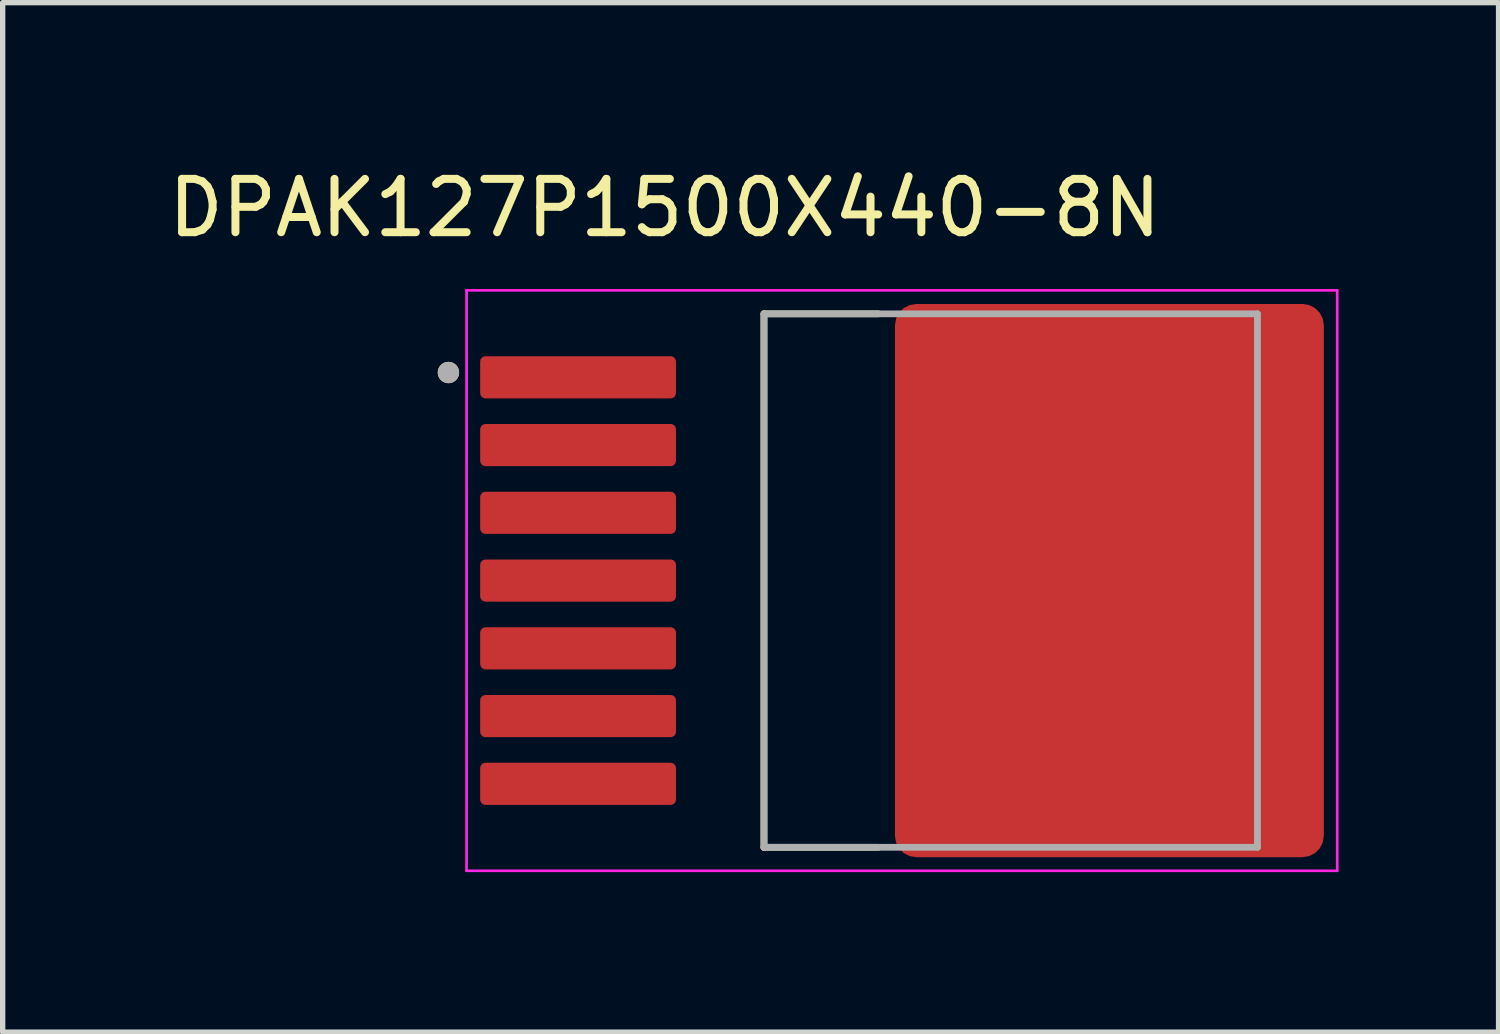
<source format=kicad_pcb>
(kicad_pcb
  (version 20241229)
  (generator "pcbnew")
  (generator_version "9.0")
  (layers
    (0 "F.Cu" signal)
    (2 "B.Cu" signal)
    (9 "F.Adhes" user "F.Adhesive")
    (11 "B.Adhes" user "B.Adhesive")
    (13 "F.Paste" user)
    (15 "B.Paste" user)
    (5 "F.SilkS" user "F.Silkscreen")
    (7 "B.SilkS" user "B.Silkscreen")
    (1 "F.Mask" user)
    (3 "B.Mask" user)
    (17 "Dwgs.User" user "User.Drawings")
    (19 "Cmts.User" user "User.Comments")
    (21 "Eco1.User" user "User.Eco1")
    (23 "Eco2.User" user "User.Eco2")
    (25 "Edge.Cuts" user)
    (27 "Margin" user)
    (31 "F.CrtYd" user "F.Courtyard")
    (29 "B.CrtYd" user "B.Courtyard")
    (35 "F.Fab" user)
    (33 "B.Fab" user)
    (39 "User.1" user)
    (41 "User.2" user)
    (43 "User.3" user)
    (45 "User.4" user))
  (footprint "DPAK127P1500X440-8N"
    (layer "F.Cu")
    (at 13.856 7.833)
    (property "Reference" "DPAK127P1500X440-8N" (at -4.445 -6.985 0) (layer "F.SilkS") (effects (font (size 1 1) (thickness 0.15))))
    (attr smd)
    (fp_line (start -2.585 -5) (end -2.585 5) (stroke (width 0.127) (type solid)) (layer "F.SilkS"))
    (fp_line (start -2.585 5) (end -0.444 5) (stroke (width 0.127) (type solid)) (layer "F.SilkS"))
    (fp_line (start -0.444 -5) (end -2.585 -5) (stroke (width 0.127) (type solid)) (layer "F.SilkS"))
    (fp_circle (center -8.5 -3.9) (end -8.4 -3.9) (stroke (width 0.2) (type solid)) (fill no) (layer "F.SilkS"))
    (fp_poly (pts (xy 0.505 -4.93) (xy 1.915 -4.93) (xy 1.915 -3.35) (xy 0.505 -3.35)) (stroke (width 0.01) (type solid)) (fill yes) (layer "F.Paste"))
    (fp_poly (pts (xy 0.505 -2.86) (xy 1.915 -2.86) (xy 1.915 -1.28) (xy 0.505 -1.28)) (stroke (width 0.01) (type solid)) (fill yes) (layer "F.Paste"))
    (fp_poly (pts (xy 0.505 -0.79) (xy 1.915 -0.79) (xy 1.915 0.79) (xy 0.505 0.79)) (stroke (width 0.01) (type solid)) (fill yes) (layer "F.Paste"))
    (fp_poly (pts (xy 0.505 1.28) (xy 1.915 1.28) (xy 1.915 2.86) (xy 0.505 2.86)) (stroke (width 0.01) (type solid)) (fill yes) (layer "F.Paste"))
    (fp_poly (pts (xy 0.505 3.35) (xy 1.915 3.35) (xy 1.915 4.93) (xy 0.505 4.93)) (stroke (width 0.01) (type solid)) (fill yes) (layer "F.Paste"))
    (fp_poly (pts (xy 3.185 -4.93) (xy 4.595 -4.93) (xy 4.595 -3.35) (xy 3.185 -3.35)) (stroke (width 0.01) (type solid)) (fill yes) (layer "F.Paste"))
    (fp_poly (pts (xy 3.185 -2.86) (xy 4.595 -2.86) (xy 4.595 -1.28) (xy 3.185 -1.28)) (stroke (width 0.01) (type solid)) (fill yes) (layer "F.Paste"))
    (fp_poly (pts (xy 3.185 -0.79) (xy 4.595 -0.79) (xy 4.595 0.79) (xy 3.185 0.79)) (stroke (width 0.01) (type solid)) (fill yes) (layer "F.Paste"))
    (fp_poly (pts (xy 3.185 1.28) (xy 4.595 1.28) (xy 4.595 2.86) (xy 3.185 2.86)) (stroke (width 0.01) (type solid)) (fill yes) (layer "F.Paste"))
    (fp_poly (pts (xy 3.185 3.35) (xy 4.595 3.35) (xy 4.595 4.93) (xy 3.185 4.93)) (stroke (width 0.01) (type solid)) (fill yes) (layer "F.Paste"))
    (fp_poly (pts (xy 5.865 -4.93) (xy 7.275 -4.93) (xy 7.275 -3.35) (xy 5.865 -3.35)) (stroke (width 0.01) (type solid)) (fill yes) (layer "F.Paste"))
    (fp_poly (pts (xy 5.865 -2.86) (xy 7.275 -2.86) (xy 7.275 -1.28) (xy 5.865 -1.28)) (stroke (width 0.01) (type solid)) (fill yes) (layer "F.Paste"))
    (fp_poly (pts (xy 5.865 -0.79) (xy 7.275 -0.79) (xy 7.275 0.79) (xy 5.865 0.79)) (stroke (width 0.01) (type solid)) (fill yes) (layer "F.Paste"))
    (fp_poly (pts (xy 5.865 1.28) (xy 7.275 1.28) (xy 7.275 2.86) (xy 5.865 2.86)) (stroke (width 0.01) (type solid)) (fill yes) (layer "F.Paste"))
    (fp_poly (pts (xy 5.865 3.35) (xy 7.275 3.35) (xy 7.275 4.93) (xy 5.865 4.93)) (stroke (width 0.01) (type solid)) (fill yes) (layer "F.Paste"))
    (fp_line (start -8.16 -5.44) (end 8.16 -5.44) (stroke (width 0.05) (type solid)) (layer "F.CrtYd"))
    (fp_line (start -8.16 5.44) (end -8.16 -5.44) (stroke (width 0.05) (type solid)) (layer "F.CrtYd"))
    (fp_line (start 8.16 -5.44) (end 8.16 5.44) (stroke (width 0.05) (type solid)) (layer "F.CrtYd"))
    (fp_line (start 8.16 5.44) (end -8.16 5.44) (stroke (width 0.05) (type solid)) (layer "F.CrtYd"))
    (fp_line (start -2.585 -5) (end 6.665 -5) (stroke (width 0.127) (type solid)) (layer "F.Fab"))
    (fp_line (start -2.585 5) (end -2.585 -5) (stroke (width 0.127) (type solid)) (layer "F.Fab"))
    (fp_line (start 6.665 -5) (end 6.665 5) (stroke (width 0.127) (type solid)) (layer "F.Fab"))
    (fp_line (start 6.665 5) (end -2.585 5) (stroke (width 0.127) (type solid)) (layer "F.Fab"))
    (fp_circle (center -8.5 -3.9) (end -8.4 -3.9) (stroke (width 0.2) (type solid)) (fill no) (layer "F.Fab"))
    (pad "1" smd roundrect (at -6.07 -3.81) (size 3.67 0.79) (layers "F.Cu" "F.Mask" "F.Paste") (roundrect_rratio 0.125))
    (pad "2" smd roundrect (at -6.07 -2.54) (size 3.67 0.79) (layers "F.Cu" "F.Mask" "F.Paste") (roundrect_rratio 0.125))
    (pad "3" smd roundrect (at -6.07 -1.27) (size 3.67 0.79) (layers "F.Cu" "F.Mask" "F.Paste") (roundrect_rratio 0.125))
    (pad "4" smd roundrect (at -6.07 0) (size 3.67 0.79) (layers "F.Cu" "F.Mask" "F.Paste") (roundrect_rratio 0.125))
    (pad "5" smd roundrect (at -6.07 1.27) (size 3.67 0.79) (layers "F.Cu" "F.Mask" "F.Paste") (roundrect_rratio 0.125))
    (pad "6" smd roundrect (at -6.07 2.54) (size 3.67 0.79) (layers "F.Cu" "F.Mask" "F.Paste") (roundrect_rratio 0.125))
    (pad "7" smd roundrect (at -6.07 3.81) (size 3.67 0.79) (layers "F.Cu" "F.Mask" "F.Paste") (roundrect_rratio 0.125))
    (pad "8" smd roundrect (at 3.89 0 270) (size 10.37 8.04) (layers "F.Cu" "F.Mask") (roundrect_rratio 0.05)))
  (gr_rect
    (start -3 -3)
    (end 25.041 16.298)
    (stroke (width 0.1) (type default))
    (fill no)
    (layer "Edge.Cuts")))
</source>
